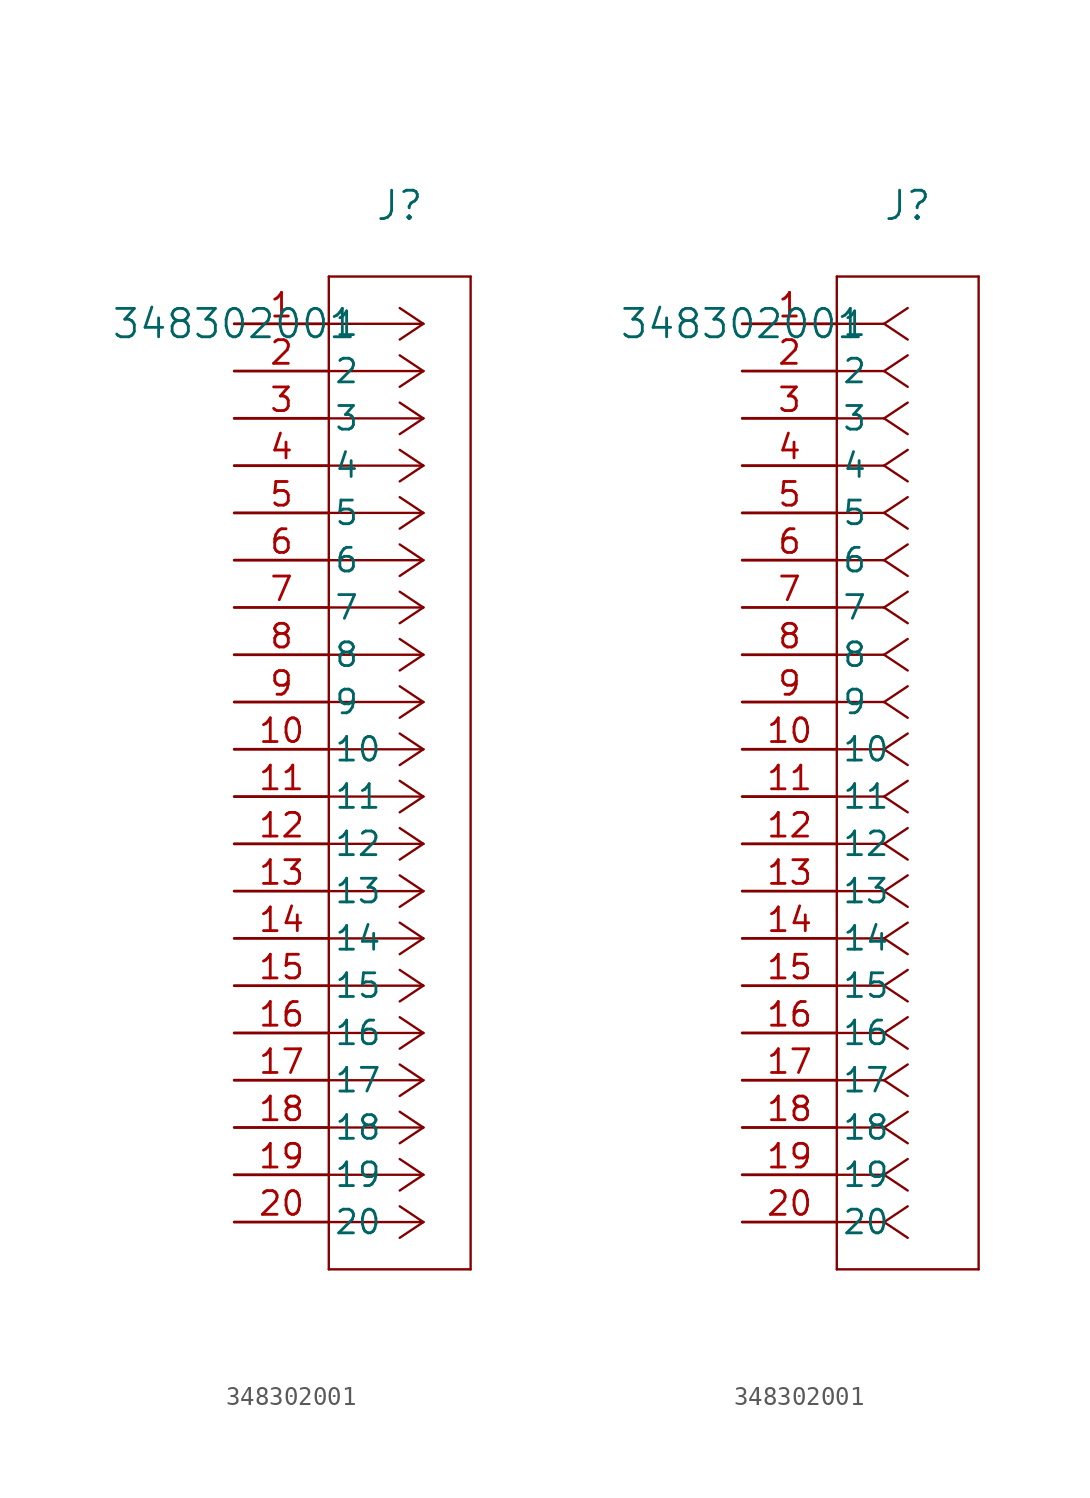
<source format=kicad_sym>
(kicad_symbol_lib
  (version 20241209)
  (generator "kicad_symbol_editor")
  (generator_version "9.0")
  (symbol "348302001"
    (pin_names
      (offset 0.254))
    (property "Reference" "J"
      (at 8.89 6.35 0)
      (effects (font (size 1.524 1.524))))
    (property "Value" "348302001"
      (at 0 0 0)
      (effects (font (size 1.524 1.524))))
    (property "ki_locked" ""
      (at 0 0 0)
      (effects (font (size 1.27 1.27))))
    (symbol "348302001_1_1"
      (polyline (pts (xy 5.08 2.54) (xy 5.08 -50.8)) (stroke (width 0.127) (type default)) (fill (type none)))
      (polyline (pts (xy 5.08 -50.8) (xy 12.7 -50.8)) (stroke (width 0.127) (type default)) (fill (type none)))
      (polyline (pts (xy 10.16 0) (xy 5.08 0)) (stroke (width 0.127) (type default)) (fill (type none)))
      (polyline (pts (xy 10.16 0) (xy 8.89 0.847)) (stroke (width 0.127) (type default)) (fill (type none)))
      (polyline (pts (xy 10.16 0) (xy 8.89 -0.847)) (stroke (width 0.127) (type default)) (fill (type none)))
      (polyline (pts (xy 10.16 -2.54) (xy 5.08 -2.54)) (stroke (width 0.127) (type default)) (fill (type none)))
      (polyline (pts (xy 10.16 -2.54) (xy 8.89 -1.693)) (stroke (width 0.127) (type default)) (fill (type none)))
      (polyline (pts (xy 10.16 -2.54) (xy 8.89 -3.387)) (stroke (width 0.127) (type default)) (fill (type none)))
      (polyline (pts (xy 10.16 -5.08) (xy 5.08 -5.08)) (stroke (width 0.127) (type default)) (fill (type none)))
      (polyline (pts (xy 10.16 -5.08) (xy 8.89 -4.233)) (stroke (width 0.127) (type default)) (fill (type none)))
      (polyline (pts (xy 10.16 -5.08) (xy 8.89 -5.927)) (stroke (width 0.127) (type default)) (fill (type none)))
      (polyline (pts (xy 10.16 -7.62) (xy 5.08 -7.62)) (stroke (width 0.127) (type default)) (fill (type none)))
      (polyline (pts (xy 10.16 -7.62) (xy 8.89 -6.773)) (stroke (width 0.127) (type default)) (fill (type none)))
      (polyline (pts (xy 10.16 -7.62) (xy 8.89 -8.467)) (stroke (width 0.127) (type default)) (fill (type none)))
      (polyline (pts (xy 10.16 -10.16) (xy 5.08 -10.16)) (stroke (width 0.127) (type default)) (fill (type none)))
      (polyline (pts (xy 10.16 -10.16) (xy 8.89 -9.313)) (stroke (width 0.127) (type default)) (fill (type none)))
      (polyline (pts (xy 10.16 -10.16) (xy 8.89 -11.007)) (stroke (width 0.127) (type default)) (fill (type none)))
      (polyline (pts (xy 10.16 -12.7) (xy 5.08 -12.7)) (stroke (width 0.127) (type default)) (fill (type none)))
      (polyline (pts (xy 10.16 -12.7) (xy 8.89 -11.853)) (stroke (width 0.127) (type default)) (fill (type none)))
      (polyline (pts (xy 10.16 -12.7) (xy 8.89 -13.547)) (stroke (width 0.127) (type default)) (fill (type none)))
      (polyline (pts (xy 10.16 -15.24) (xy 5.08 -15.24)) (stroke (width 0.127) (type default)) (fill (type none)))
      (polyline (pts (xy 10.16 -15.24) (xy 8.89 -14.393)) (stroke (width 0.127) (type default)) (fill (type none)))
      (polyline (pts (xy 10.16 -15.24) (xy 8.89 -16.087)) (stroke (width 0.127) (type default)) (fill (type none)))
      (polyline (pts (xy 10.16 -17.78) (xy 5.08 -17.78)) (stroke (width 0.127) (type default)) (fill (type none)))
      (polyline (pts (xy 10.16 -17.78) (xy 8.89 -16.933)) (stroke (width 0.127) (type default)) (fill (type none)))
      (polyline (pts (xy 10.16 -17.78) (xy 8.89 -18.627)) (stroke (width 0.127) (type default)) (fill (type none)))
      (polyline (pts (xy 10.16 -20.32) (xy 5.08 -20.32)) (stroke (width 0.127) (type default)) (fill (type none)))
      (polyline (pts (xy 10.16 -20.32) (xy 8.89 -19.473)) (stroke (width 0.127) (type default)) (fill (type none)))
      (polyline (pts (xy 10.16 -20.32) (xy 8.89 -21.167)) (stroke (width 0.127) (type default)) (fill (type none)))
      (polyline (pts (xy 10.16 -22.86) (xy 5.08 -22.86)) (stroke (width 0.127) (type default)) (fill (type none)))
      (polyline (pts (xy 10.16 -22.86) (xy 8.89 -22.013)) (stroke (width 0.127) (type default)) (fill (type none)))
      (polyline (pts (xy 10.16 -22.86) (xy 8.89 -23.707)) (stroke (width 0.127) (type default)) (fill (type none)))
      (polyline (pts (xy 10.16 -25.4) (xy 5.08 -25.4)) (stroke (width 0.127) (type default)) (fill (type none)))
      (polyline (pts (xy 10.16 -25.4) (xy 8.89 -24.553)) (stroke (width 0.127) (type default)) (fill (type none)))
      (polyline (pts (xy 10.16 -25.4) (xy 8.89 -26.247)) (stroke (width 0.127) (type default)) (fill (type none)))
      (polyline (pts (xy 10.16 -27.94) (xy 5.08 -27.94)) (stroke (width 0.127) (type default)) (fill (type none)))
      (polyline (pts (xy 10.16 -27.94) (xy 8.89 -27.093)) (stroke (width 0.127) (type default)) (fill (type none)))
      (polyline (pts (xy 10.16 -27.94) (xy 8.89 -28.787)) (stroke (width 0.127) (type default)) (fill (type none)))
      (polyline (pts (xy 10.16 -30.48) (xy 5.08 -30.48)) (stroke (width 0.127) (type default)) (fill (type none)))
      (polyline (pts (xy 10.16 -30.48) (xy 8.89 -29.633)) (stroke (width 0.127) (type default)) (fill (type none)))
      (polyline (pts (xy 10.16 -30.48) (xy 8.89 -31.327)) (stroke (width 0.127) (type default)) (fill (type none)))
      (polyline (pts (xy 10.16 -33.02) (xy 5.08 -33.02)) (stroke (width 0.127) (type default)) (fill (type none)))
      (polyline (pts (xy 10.16 -33.02) (xy 8.89 -32.173)) (stroke (width 0.127) (type default)) (fill (type none)))
      (polyline (pts (xy 10.16 -33.02) (xy 8.89 -33.867)) (stroke (width 0.127) (type default)) (fill (type none)))
      (polyline (pts (xy 10.16 -35.56) (xy 5.08 -35.56)) (stroke (width 0.127) (type default)) (fill (type none)))
      (polyline (pts (xy 10.16 -35.56) (xy 8.89 -34.713)) (stroke (width 0.127) (type default)) (fill (type none)))
      (polyline (pts (xy 10.16 -35.56) (xy 8.89 -36.407)) (stroke (width 0.127) (type default)) (fill (type none)))
      (polyline (pts (xy 10.16 -38.1) (xy 5.08 -38.1)) (stroke (width 0.127) (type default)) (fill (type none)))
      (polyline (pts (xy 10.16 -38.1) (xy 8.89 -37.253)) (stroke (width 0.127) (type default)) (fill (type none)))
      (polyline (pts (xy 10.16 -38.1) (xy 8.89 -38.947)) (stroke (width 0.127) (type default)) (fill (type none)))
      (polyline (pts (xy 10.16 -40.64) (xy 5.08 -40.64)) (stroke (width 0.127) (type default)) (fill (type none)))
      (polyline (pts (xy 10.16 -40.64) (xy 8.89 -39.793)) (stroke (width 0.127) (type default)) (fill (type none)))
      (polyline (pts (xy 10.16 -40.64) (xy 8.89 -41.487)) (stroke (width 0.127) (type default)) (fill (type none)))
      (polyline (pts (xy 10.16 -43.18) (xy 5.08 -43.18)) (stroke (width 0.127) (type default)) (fill (type none)))
      (polyline (pts (xy 10.16 -43.18) (xy 8.89 -42.333)) (stroke (width 0.127) (type default)) (fill (type none)))
      (polyline (pts (xy 10.16 -43.18) (xy 8.89 -44.027)) (stroke (width 0.127) (type default)) (fill (type none)))
      (polyline (pts (xy 10.16 -45.72) (xy 5.08 -45.72)) (stroke (width 0.127) (type default)) (fill (type none)))
      (polyline (pts (xy 10.16 -45.72) (xy 8.89 -44.873)) (stroke (width 0.127) (type default)) (fill (type none)))
      (polyline (pts (xy 10.16 -45.72) (xy 8.89 -46.567)) (stroke (width 0.127) (type default)) (fill (type none)))
      (polyline (pts (xy 10.16 -48.26) (xy 5.08 -48.26)) (stroke (width 0.127) (type default)) (fill (type none)))
      (polyline (pts (xy 10.16 -48.26) (xy 8.89 -47.413)) (stroke (width 0.127) (type default)) (fill (type none)))
      (polyline (pts (xy 10.16 -48.26) (xy 8.89 -49.107)) (stroke (width 0.127) (type default)) (fill (type none)))
      (polyline (pts (xy 12.7 2.54) (xy 5.08 2.54)) (stroke (width 0.127) (type default)) (fill (type none)))
      (polyline (pts (xy 12.7 -50.8) (xy 12.7 2.54)) (stroke (width 0.127) (type default)) (fill (type none)))
      (pin unspecified line (at 0 0 0) (length 5.08) (name "1" (effects (font (size 1.27 1.27)))) (number "1" (effects (font (size 1.27 1.27)))))
      (pin unspecified line (at 0 -2.54 0) (length 5.08) (name "2" (effects (font (size 1.27 1.27)))) (number "2" (effects (font (size 1.27 1.27)))))
      (pin unspecified line (at 0 -5.08 0) (length 5.08) (name "3" (effects (font (size 1.27 1.27)))) (number "3" (effects (font (size 1.27 1.27)))))
      (pin unspecified line (at 0 -7.62 0) (length 5.08) (name "4" (effects (font (size 1.27 1.27)))) (number "4" (effects (font (size 1.27 1.27)))))
      (pin unspecified line (at 0 -10.16 0) (length 5.08) (name "5" (effects (font (size 1.27 1.27)))) (number "5" (effects (font (size 1.27 1.27)))))
      (pin unspecified line (at 0 -12.7 0) (length 5.08) (name "6" (effects (font (size 1.27 1.27)))) (number "6" (effects (font (size 1.27 1.27)))))
      (pin unspecified line (at 0 -15.24 0) (length 5.08) (name "7" (effects (font (size 1.27 1.27)))) (number "7" (effects (font (size 1.27 1.27)))))
      (pin unspecified line (at 0 -17.78 0) (length 5.08) (name "8" (effects (font (size 1.27 1.27)))) (number "8" (effects (font (size 1.27 1.27)))))
      (pin unspecified line (at 0 -20.32 0) (length 5.08) (name "9" (effects (font (size 1.27 1.27)))) (number "9" (effects (font (size 1.27 1.27)))))
      (pin unspecified line (at 0 -22.86 0) (length 5.08) (name "10" (effects (font (size 1.27 1.27)))) (number "10" (effects (font (size 1.27 1.27)))))
      (pin unspecified line (at 0 -25.4 0) (length 5.08) (name "11" (effects (font (size 1.27 1.27)))) (number "11" (effects (font (size 1.27 1.27)))))
      (pin unspecified line (at 0 -27.94 0) (length 5.08) (name "12" (effects (font (size 1.27 1.27)))) (number "12" (effects (font (size 1.27 1.27)))))
      (pin unspecified line (at 0 -30.48 0) (length 5.08) (name "13" (effects (font (size 1.27 1.27)))) (number "13" (effects (font (size 1.27 1.27)))))
      (pin unspecified line (at 0 -33.02 0) (length 5.08) (name "14" (effects (font (size 1.27 1.27)))) (number "14" (effects (font (size 1.27 1.27)))))
      (pin unspecified line (at 0 -35.56 0) (length 5.08) (name "15" (effects (font (size 1.27 1.27)))) (number "15" (effects (font (size 1.27 1.27)))))
      (pin unspecified line (at 0 -38.1 0) (length 5.08) (name "16" (effects (font (size 1.27 1.27)))) (number "16" (effects (font (size 1.27 1.27)))))
      (pin unspecified line (at 0 -40.64 0) (length 5.08) (name "17" (effects (font (size 1.27 1.27)))) (number "17" (effects (font (size 1.27 1.27)))))
      (pin unspecified line (at 0 -43.18 0) (length 5.08) (name "18" (effects (font (size 1.27 1.27)))) (number "18" (effects (font (size 1.27 1.27)))))
      (pin unspecified line (at 0 -45.72 0) (length 5.08) (name "19" (effects (font (size 1.27 1.27)))) (number "19" (effects (font (size 1.27 1.27)))))
      (pin unspecified line (at 0 -48.26 0) (length 5.08) (name "20" (effects (font (size 1.27 1.27)))) (number "20" (effects (font (size 1.27 1.27))))))
    (symbol "348302001_1_2"
      (polyline (pts (xy 5.08 2.54) (xy 5.08 -50.8)) (stroke (width 0.127) (type default)) (fill (type none)))
      (polyline (pts (xy 5.08 -50.8) (xy 12.7 -50.8)) (stroke (width 0.127) (type default)) (fill (type none)))
      (polyline (pts (xy 7.62 0) (xy 5.08 0)) (stroke (width 0.127) (type default)) (fill (type none)))
      (polyline (pts (xy 7.62 0) (xy 8.89 0.847)) (stroke (width 0.127) (type default)) (fill (type none)))
      (polyline (pts (xy 7.62 0) (xy 8.89 -0.847)) (stroke (width 0.127) (type default)) (fill (type none)))
      (polyline (pts (xy 7.62 -2.54) (xy 5.08 -2.54)) (stroke (width 0.127) (type default)) (fill (type none)))
      (polyline (pts (xy 7.62 -2.54) (xy 8.89 -1.693)) (stroke (width 0.127) (type default)) (fill (type none)))
      (polyline (pts (xy 7.62 -2.54) (xy 8.89 -3.387)) (stroke (width 0.127) (type default)) (fill (type none)))
      (polyline (pts (xy 7.62 -5.08) (xy 5.08 -5.08)) (stroke (width 0.127) (type default)) (fill (type none)))
      (polyline (pts (xy 7.62 -5.08) (xy 8.89 -4.233)) (stroke (width 0.127) (type default)) (fill (type none)))
      (polyline (pts (xy 7.62 -5.08) (xy 8.89 -5.927)) (stroke (width 0.127) (type default)) (fill (type none)))
      (polyline (pts (xy 7.62 -7.62) (xy 5.08 -7.62)) (stroke (width 0.127) (type default)) (fill (type none)))
      (polyline (pts (xy 7.62 -7.62) (xy 8.89 -6.773)) (stroke (width 0.127) (type default)) (fill (type none)))
      (polyline (pts (xy 7.62 -7.62) (xy 8.89 -8.467)) (stroke (width 0.127) (type default)) (fill (type none)))
      (polyline (pts (xy 7.62 -10.16) (xy 5.08 -10.16)) (stroke (width 0.127) (type default)) (fill (type none)))
      (polyline (pts (xy 7.62 -10.16) (xy 8.89 -9.313)) (stroke (width 0.127) (type default)) (fill (type none)))
      (polyline (pts (xy 7.62 -10.16) (xy 8.89 -11.007)) (stroke (width 0.127) (type default)) (fill (type none)))
      (polyline (pts (xy 7.62 -12.7) (xy 5.08 -12.7)) (stroke (width 0.127) (type default)) (fill (type none)))
      (polyline (pts (xy 7.62 -12.7) (xy 8.89 -11.853)) (stroke (width 0.127) (type default)) (fill (type none)))
      (polyline (pts (xy 7.62 -12.7) (xy 8.89 -13.547)) (stroke (width 0.127) (type default)) (fill (type none)))
      (polyline (pts (xy 7.62 -15.24) (xy 5.08 -15.24)) (stroke (width 0.127) (type default)) (fill (type none)))
      (polyline (pts (xy 7.62 -15.24) (xy 8.89 -14.393)) (stroke (width 0.127) (type default)) (fill (type none)))
      (polyline (pts (xy 7.62 -15.24) (xy 8.89 -16.087)) (stroke (width 0.127) (type default)) (fill (type none)))
      (polyline (pts (xy 7.62 -17.78) (xy 5.08 -17.78)) (stroke (width 0.127) (type default)) (fill (type none)))
      (polyline (pts (xy 7.62 -17.78) (xy 8.89 -16.933)) (stroke (width 0.127) (type default)) (fill (type none)))
      (polyline (pts (xy 7.62 -17.78) (xy 8.89 -18.627)) (stroke (width 0.127) (type default)) (fill (type none)))
      (polyline (pts (xy 7.62 -20.32) (xy 5.08 -20.32)) (stroke (width 0.127) (type default)) (fill (type none)))
      (polyline (pts (xy 7.62 -20.32) (xy 8.89 -19.473)) (stroke (width 0.127) (type default)) (fill (type none)))
      (polyline (pts (xy 7.62 -20.32) (xy 8.89 -21.167)) (stroke (width 0.127) (type default)) (fill (type none)))
      (polyline (pts (xy 7.62 -22.86) (xy 5.08 -22.86)) (stroke (width 0.127) (type default)) (fill (type none)))
      (polyline (pts (xy 7.62 -22.86) (xy 8.89 -22.013)) (stroke (width 0.127) (type default)) (fill (type none)))
      (polyline (pts (xy 7.62 -22.86) (xy 8.89 -23.707)) (stroke (width 0.127) (type default)) (fill (type none)))
      (polyline (pts (xy 7.62 -25.4) (xy 5.08 -25.4)) (stroke (width 0.127) (type default)) (fill (type none)))
      (polyline (pts (xy 7.62 -25.4) (xy 8.89 -24.553)) (stroke (width 0.127) (type default)) (fill (type none)))
      (polyline (pts (xy 7.62 -25.4) (xy 8.89 -26.247)) (stroke (width 0.127) (type default)) (fill (type none)))
      (polyline (pts (xy 7.62 -27.94) (xy 5.08 -27.94)) (stroke (width 0.127) (type default)) (fill (type none)))
      (polyline (pts (xy 7.62 -27.94) (xy 8.89 -27.093)) (stroke (width 0.127) (type default)) (fill (type none)))
      (polyline (pts (xy 7.62 -27.94) (xy 8.89 -28.787)) (stroke (width 0.127) (type default)) (fill (type none)))
      (polyline (pts (xy 7.62 -30.48) (xy 5.08 -30.48)) (stroke (width 0.127) (type default)) (fill (type none)))
      (polyline (pts (xy 7.62 -30.48) (xy 8.89 -29.633)) (stroke (width 0.127) (type default)) (fill (type none)))
      (polyline (pts (xy 7.62 -30.48) (xy 8.89 -31.327)) (stroke (width 0.127) (type default)) (fill (type none)))
      (polyline (pts (xy 7.62 -33.02) (xy 5.08 -33.02)) (stroke (width 0.127) (type default)) (fill (type none)))
      (polyline (pts (xy 7.62 -33.02) (xy 8.89 -32.173)) (stroke (width 0.127) (type default)) (fill (type none)))
      (polyline (pts (xy 7.62 -33.02) (xy 8.89 -33.867)) (stroke (width 0.127) (type default)) (fill (type none)))
      (polyline (pts (xy 7.62 -35.56) (xy 5.08 -35.56)) (stroke (width 0.127) (type default)) (fill (type none)))
      (polyline (pts (xy 7.62 -35.56) (xy 8.89 -34.713)) (stroke (width 0.127) (type default)) (fill (type none)))
      (polyline (pts (xy 7.62 -35.56) (xy 8.89 -36.407)) (stroke (width 0.127) (type default)) (fill (type none)))
      (polyline (pts (xy 7.62 -38.1) (xy 5.08 -38.1)) (stroke (width 0.127) (type default)) (fill (type none)))
      (polyline (pts (xy 7.62 -38.1) (xy 8.89 -37.253)) (stroke (width 0.127) (type default)) (fill (type none)))
      (polyline (pts (xy 7.62 -38.1) (xy 8.89 -38.947)) (stroke (width 0.127) (type default)) (fill (type none)))
      (polyline (pts (xy 7.62 -40.64) (xy 5.08 -40.64)) (stroke (width 0.127) (type default)) (fill (type none)))
      (polyline (pts (xy 7.62 -40.64) (xy 8.89 -39.793)) (stroke (width 0.127) (type default)) (fill (type none)))
      (polyline (pts (xy 7.62 -40.64) (xy 8.89 -41.487)) (stroke (width 0.127) (type default)) (fill (type none)))
      (polyline (pts (xy 7.62 -43.18) (xy 5.08 -43.18)) (stroke (width 0.127) (type default)) (fill (type none)))
      (polyline (pts (xy 7.62 -43.18) (xy 8.89 -42.333)) (stroke (width 0.127) (type default)) (fill (type none)))
      (polyline (pts (xy 7.62 -43.18) (xy 8.89 -44.027)) (stroke (width 0.127) (type default)) (fill (type none)))
      (polyline (pts (xy 7.62 -45.72) (xy 5.08 -45.72)) (stroke (width 0.127) (type default)) (fill (type none)))
      (polyline (pts (xy 7.62 -45.72) (xy 8.89 -44.873)) (stroke (width 0.127) (type default)) (fill (type none)))
      (polyline (pts (xy 7.62 -45.72) (xy 8.89 -46.567)) (stroke (width 0.127) (type default)) (fill (type none)))
      (polyline (pts (xy 7.62 -48.26) (xy 5.08 -48.26)) (stroke (width 0.127) (type default)) (fill (type none)))
      (polyline (pts (xy 7.62 -48.26) (xy 8.89 -47.413)) (stroke (width 0.127) (type default)) (fill (type none)))
      (polyline (pts (xy 7.62 -48.26) (xy 8.89 -49.107)) (stroke (width 0.127) (type default)) (fill (type none)))
      (polyline (pts (xy 12.7 2.54) (xy 5.08 2.54)) (stroke (width 0.127) (type default)) (fill (type none)))
      (polyline (pts (xy 12.7 -50.8) (xy 12.7 2.54)) (stroke (width 0.127) (type default)) (fill (type none)))
      (pin unspecified line (at 0 0 0) (length 5.08) (name "1" (effects (font (size 1.27 1.27)))) (number "1" (effects (font (size 1.27 1.27)))))
      (pin unspecified line (at 0 -2.54 0) (length 5.08) (name "2" (effects (font (size 1.27 1.27)))) (number "2" (effects (font (size 1.27 1.27)))))
      (pin unspecified line (at 0 -5.08 0) (length 5.08) (name "3" (effects (font (size 1.27 1.27)))) (number "3" (effects (font (size 1.27 1.27)))))
      (pin unspecified line (at 0 -7.62 0) (length 5.08) (name "4" (effects (font (size 1.27 1.27)))) (number "4" (effects (font (size 1.27 1.27)))))
      (pin unspecified line (at 0 -10.16 0) (length 5.08) (name "5" (effects (font (size 1.27 1.27)))) (number "5" (effects (font (size 1.27 1.27)))))
      (pin unspecified line (at 0 -12.7 0) (length 5.08) (name "6" (effects (font (size 1.27 1.27)))) (number "6" (effects (font (size 1.27 1.27)))))
      (pin unspecified line (at 0 -15.24 0) (length 5.08) (name "7" (effects (font (size 1.27 1.27)))) (number "7" (effects (font (size 1.27 1.27)))))
      (pin unspecified line (at 0 -17.78 0) (length 5.08) (name "8" (effects (font (size 1.27 1.27)))) (number "8" (effects (font (size 1.27 1.27)))))
      (pin unspecified line (at 0 -20.32 0) (length 5.08) (name "9" (effects (font (size 1.27 1.27)))) (number "9" (effects (font (size 1.27 1.27)))))
      (pin unspecified line (at 0 -22.86 0) (length 5.08) (name "10" (effects (font (size 1.27 1.27)))) (number "10" (effects (font (size 1.27 1.27)))))
      (pin unspecified line (at 0 -25.4 0) (length 5.08) (name "11" (effects (font (size 1.27 1.27)))) (number "11" (effects (font (size 1.27 1.27)))))
      (pin unspecified line (at 0 -27.94 0) (length 5.08) (name "12" (effects (font (size 1.27 1.27)))) (number "12" (effects (font (size 1.27 1.27)))))
      (pin unspecified line (at 0 -30.48 0) (length 5.08) (name "13" (effects (font (size 1.27 1.27)))) (number "13" (effects (font (size 1.27 1.27)))))
      (pin unspecified line (at 0 -33.02 0) (length 5.08) (name "14" (effects (font (size 1.27 1.27)))) (number "14" (effects (font (size 1.27 1.27)))))
      (pin unspecified line (at 0 -35.56 0) (length 5.08) (name "15" (effects (font (size 1.27 1.27)))) (number "15" (effects (font (size 1.27 1.27)))))
      (pin unspecified line (at 0 -38.1 0) (length 5.08) (name "16" (effects (font (size 1.27 1.27)))) (number "16" (effects (font (size 1.27 1.27)))))
      (pin unspecified line (at 0 -40.64 0) (length 5.08) (name "17" (effects (font (size 1.27 1.27)))) (number "17" (effects (font (size 1.27 1.27)))))
      (pin unspecified line (at 0 -43.18 0) (length 5.08) (name "18" (effects (font (size 1.27 1.27)))) (number "18" (effects (font (size 1.27 1.27)))))
      (pin unspecified line (at 0 -45.72 0) (length 5.08) (name "19" (effects (font (size 1.27 1.27)))) (number "19" (effects (font (size 1.27 1.27)))))
      (pin unspecified line (at 0 -48.26 0) (length 5.08) (name "20" (effects (font (size 1.27 1.27)))) (number "20" (effects (font (size 1.27 1.27))))))))
</source>
